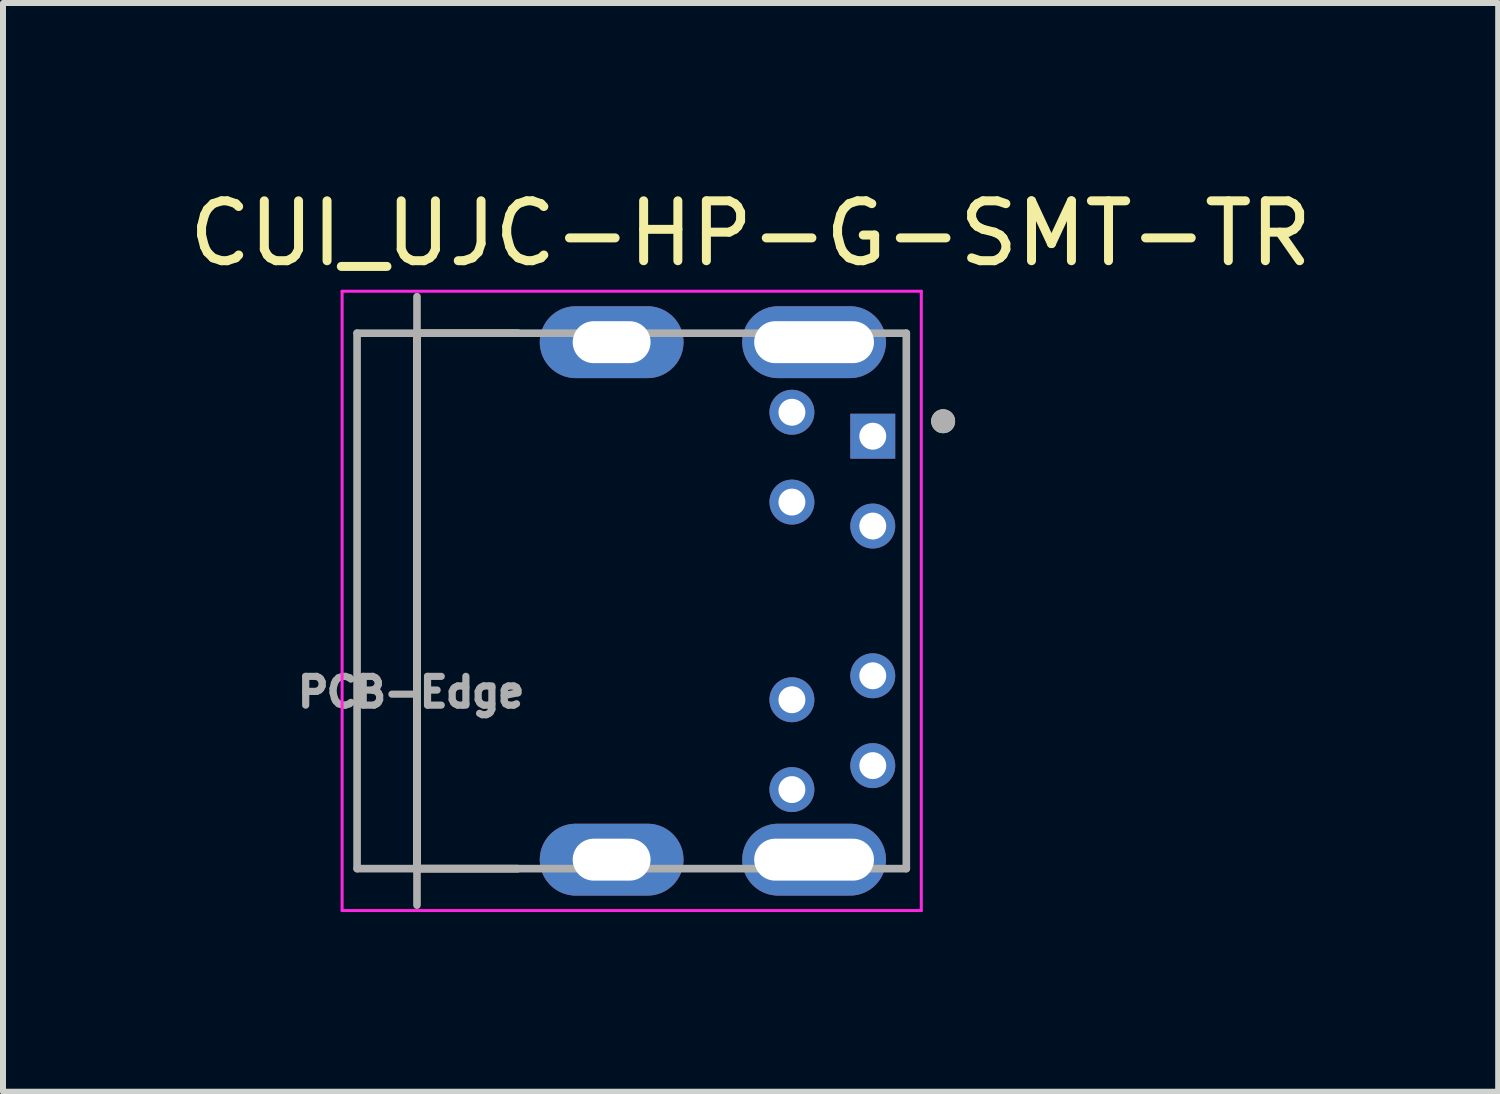
<source format=kicad_pcb>
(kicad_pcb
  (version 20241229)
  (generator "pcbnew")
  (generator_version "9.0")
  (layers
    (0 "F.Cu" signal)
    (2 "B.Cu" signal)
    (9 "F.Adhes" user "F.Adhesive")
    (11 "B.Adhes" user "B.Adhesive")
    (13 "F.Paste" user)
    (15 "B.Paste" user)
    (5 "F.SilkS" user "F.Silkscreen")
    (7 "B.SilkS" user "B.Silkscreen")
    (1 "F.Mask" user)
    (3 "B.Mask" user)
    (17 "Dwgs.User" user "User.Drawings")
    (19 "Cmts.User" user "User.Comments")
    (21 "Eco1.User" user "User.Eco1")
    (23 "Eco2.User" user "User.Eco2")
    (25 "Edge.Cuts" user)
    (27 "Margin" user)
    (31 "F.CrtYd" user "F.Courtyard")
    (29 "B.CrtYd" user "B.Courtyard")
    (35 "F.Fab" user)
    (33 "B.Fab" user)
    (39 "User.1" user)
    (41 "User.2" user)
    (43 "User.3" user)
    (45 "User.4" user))
  (footprint "CUI_UJC-HP-G-SMT-TR"
    (layer "F.Cu")
    (at 7.497 6.983)
    (property "Reference" "CUI_UJC-HP-G-SMT-TR" (at 1.985 -6.135 0) (layer "F.SilkS") (effects (font (size 1 1) (thickness 0.15))))
    (attr through_hole)
    (fp_line (start -3.585 -4.47) (end -3.585 4.47) (stroke (width 0.127) (type solid)) (layer "F.SilkS"))
    (fp_line (start -3.585 4.47) (end -1.9 4.47) (stroke (width 0.127) (type solid)) (layer "F.SilkS"))
    (fp_line (start -1.9 -4.47) (end -3.585 -4.47) (stroke (width 0.127) (type solid)) (layer "F.SilkS"))
    (fp_circle (center 5.2 -3) (end 5.3 -3) (stroke (width 0.2) (type solid)) (fill no) (layer "F.SilkS"))
    (fp_line (start -4.835 -5.17) (end -4.835 5.17) (stroke (width 0.05) (type solid)) (layer "F.CrtYd"))
    (fp_line (start -4.835 5.17) (end 4.835 5.17) (stroke (width 0.05) (type solid)) (layer "F.CrtYd"))
    (fp_line (start 4.835 -5.17) (end -4.835 -5.17) (stroke (width 0.05) (type solid)) (layer "F.CrtYd"))
    (fp_line (start 4.835 5.17) (end 4.835 -5.17) (stroke (width 0.05) (type solid)) (layer "F.CrtYd"))
    (fp_line (start -4.585 -4.47) (end -4.585 4.47) (stroke (width 0.127) (type solid)) (layer "F.Fab"))
    (fp_line (start -4.585 4.47) (end 4.585 4.47) (stroke (width 0.127) (type solid)) (layer "F.Fab"))
    (fp_line (start -3.585 -5.08) (end -3.585 5.08) (stroke (width 0.127) (type solid)) (layer "F.Fab"))
    (fp_line (start 4.585 -4.47) (end -4.585 -4.47) (stroke (width 0.127) (type solid)) (layer "F.Fab"))
    (fp_line (start 4.585 4.47) (end 4.585 -4.47) (stroke (width 0.127) (type solid)) (layer "F.Fab"))
    (fp_circle (center 5.2 -3) (end 5.3 -3) (stroke (width 0.2) (type solid)) (fill no) (layer "F.Fab"))
    (fp_text user "PCB-Edge" (at -3.683 1.524 0) (layer "F.Fab") (effects (font (size 0.48 0.48) (thickness 0.15))))
    (pad "A1" thru_hole rect (at 4.025 -2.75) (size 0.75 0.75) (drill 0.45) (layers "*.Cu" "*.Mask"))
    (pad "A4" thru_hole circle (at 4.025 -1.25) (size 0.75 0.75) (drill 0.45) (layers "*.Cu" "*.Mask"))
    (pad "A9" thru_hole circle (at 4.025 1.25) (size 0.75 0.75) (drill 0.45) (layers "*.Cu" "*.Mask"))
    (pad "A12" thru_hole circle (at 4.025 2.75) (size 0.75 0.75) (drill 0.45) (layers "*.Cu" "*.Mask"))
    (pad "B1" thru_hole circle (at 2.675 3.15) (size 0.75 0.75) (drill 0.45) (layers "*.Cu" "*.Mask"))
    (pad "B4" thru_hole circle (at 2.675 1.65) (size 0.75 0.75) (drill 0.45) (layers "*.Cu" "*.Mask"))
    (pad "B9" thru_hole circle (at 2.675 -1.65) (size 0.75 0.75) (drill 0.45) (layers "*.Cu" "*.Mask"))
    (pad "B12" thru_hole circle (at 2.675 -3.15) (size 0.75 0.75) (drill 0.45) (layers "*.Cu" "*.Mask"))
    (pad "S1" thru_hole oval (at 3.045 -4.32) (size 2.4 1.2) (drill oval 2 0.7) (layers "*.Cu" "*.Mask"))
    (pad "S2" thru_hole oval (at 3.045 4.32) (size 2.4 1.2) (drill oval 2 0.7) (layers "*.Cu" "*.Mask"))
    (pad "S3" thru_hole oval (at -0.335 -4.32) (size 2.4 1.2) (drill oval 1.3 0.7) (layers "*.Cu" "*.Mask"))
    (pad "S4" thru_hole oval (at -0.335 4.32) (size 2.4 1.2) (drill oval 1.3 0.7) (layers "*.Cu" "*.Mask")))
  (gr_rect
    (start -3 -3)
    (end 21.964 15.178)
    (stroke (width 0.1) (type default))
    (fill no)
    (layer "Edge.Cuts")))
</source>
